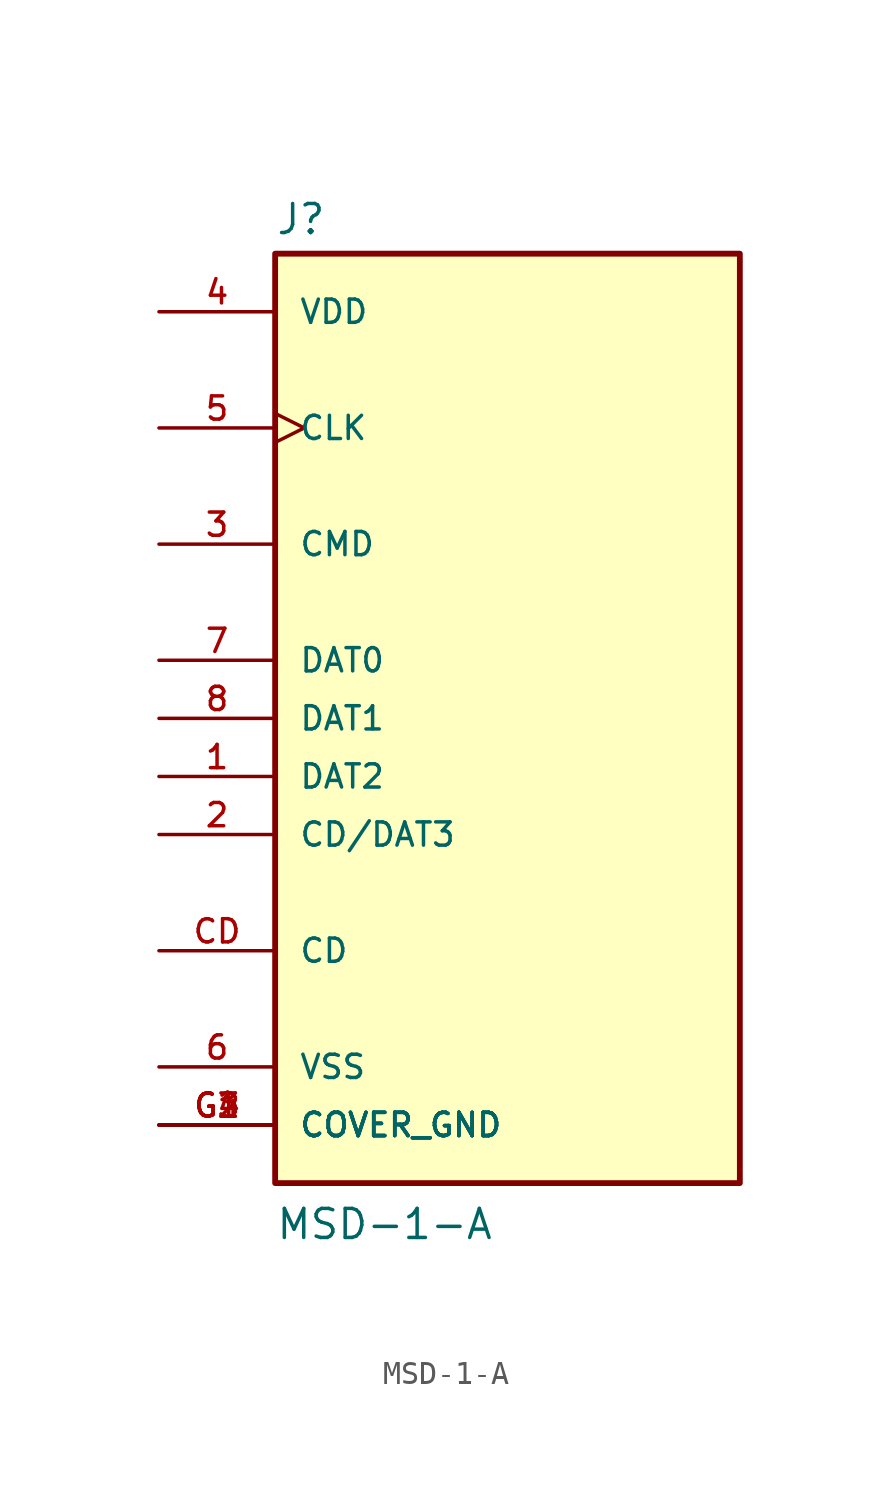
<source format=kicad_sym>
(kicad_symbol_lib
  (version 20211014)
  (generator kicad_symbol_editor)
  (symbol "MSD-1-A"
    (pin_names
      (offset 1.016))
    (property "Reference" "J"
      (at -10.16 21.082 0)
      (effects (font (size 1.27 1.27)) (justify bottom left)))
    (property "Value" "MSD-1-A"
      (at -10.16 -22.86 0)
      (effects (font (size 1.27 1.27)) (justify bottom left)))
    (symbol "MSD-1-A_0_0"
      (rectangle (start -10.16 -20.32) (end 10.16 20.32) (stroke (width 0.254)) (fill (type background)))
      (pin bidirectional line (at -15.24 -5.08 0) (length 5.08) (name "CD/DAT3" (effects (font (size 1.016 1.016)))) (number "2" (effects (font (size 1.016 1.016)))))
      (pin bidirectional line (at -15.24 7.62 0) (length 5.08) (name "CMD" (effects (font (size 1.016 1.016)))) (number "3" (effects (font (size 1.016 1.016)))))
      (pin power_in line (at -15.24 -15.24 0) (length 5.08) (name "VSS" (effects (font (size 1.016 1.016)))) (number "6" (effects (font (size 1.016 1.016)))))
      (pin power_in line (at -15.24 17.78 0) (length 5.08) (name "VDD" (effects (font (size 1.016 1.016)))) (number "4" (effects (font (size 1.016 1.016)))))
      (pin input clock (at -15.24 12.7 0) (length 5.08) (name "CLK" (effects (font (size 1.016 1.016)))) (number "5" (effects (font (size 1.016 1.016)))))
      (pin bidirectional line (at -15.24 2.54 0) (length 5.08) (name "DAT0" (effects (font (size 1.016 1.016)))) (number "7" (effects (font (size 1.016 1.016)))))
      (pin passive line (at -15.24 -10.16 0) (length 5.08) (name "CD" (effects (font (size 1.016 1.016)))) (number "CD" (effects (font (size 1.016 1.016)))))
      (pin bidirectional line (at -15.24 0.0 0) (length 5.08) (name "DAT1" (effects (font (size 1.016 1.016)))) (number "8" (effects (font (size 1.016 1.016)))))
      (pin bidirectional line (at -15.24 -2.54 0) (length 5.08) (name "DAT2" (effects (font (size 1.016 1.016)))) (number "1" (effects (font (size 1.016 1.016)))))
      (pin power_in line (at -15.24 -17.78 0) (length 5.08) (name "COVER_GND" (effects (font (size 1.016 1.016)))) (number "G1" (effects (font (size 1.016 1.016)))))
      (pin power_in line (at -15.24 -17.78 0) (length 5.08) (name "COVER_GND" (effects (font (size 1.016 1.016)))) (number "G2" (effects (font (size 1.016 1.016)))))
      (pin power_in line (at -15.24 -17.78 0) (length 5.08) (name "COVER_GND" (effects (font (size 1.016 1.016)))) (number "G3" (effects (font (size 1.016 1.016)))))
      (pin power_in line (at -15.24 -17.78 0) (length 5.08) (name "COVER_GND" (effects (font (size 1.016 1.016)))) (number "G4" (effects (font (size 1.016 1.016))))))))
</source>
